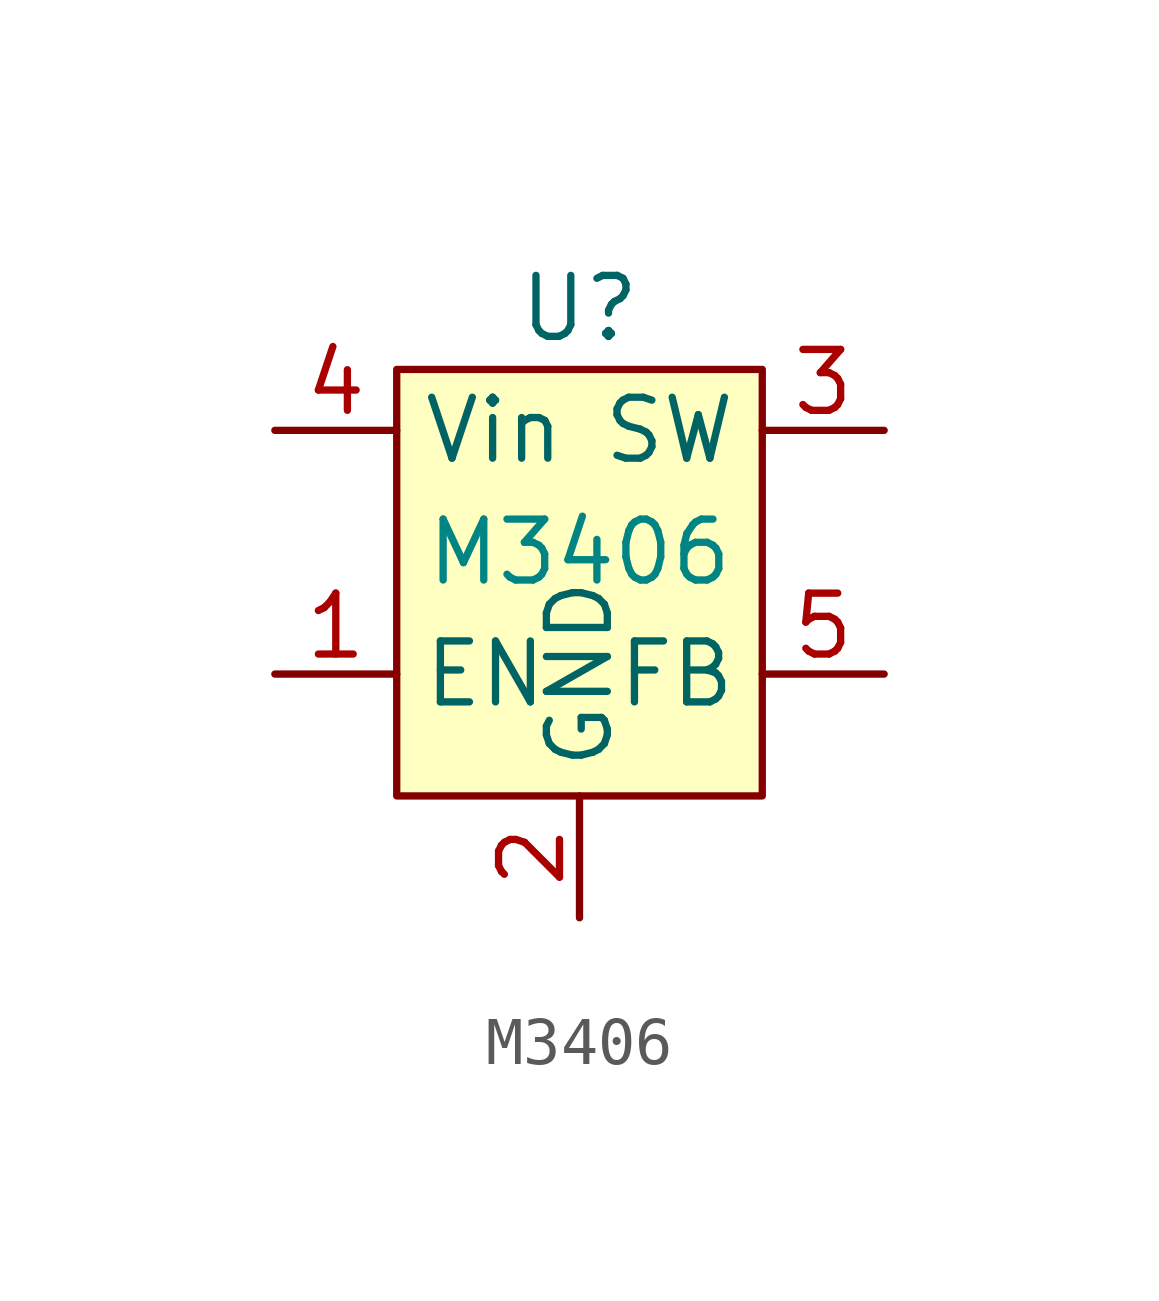
<source format=kicad_sym>
(kicad_symbol_lib
  (version 20220914)
  (generator kicad_symbol_editor)
  (symbol "M3406"
    (property "Reference" "U"
      (at 0 10.16 0)
      (effects (font (size 1.27 1.27))))
    (property "Value" ""
      (at 0 0 0)
      (effects (font (size 1.27 1.27))))
    (symbol "M3406_1_1"
      (rectangle (start -3.81 8.89) (end 3.81 0) (stroke (width 0) (type default)) (fill (type background)))
      (text "M3406" (at 0 5.08 0) (effects (font (face "KiCad Font") (size 1.27 1.27) (color 0 132 132 1))))
      (pin input line (at -6.35 2.54 0) (length 2.54) (name "EN" (effects (font (size 1.27 1.27)))) (number "1" (effects (font (size 1.27 1.27)))))
      (pin input line (at 0 -2.54 90) (length 2.54) (name "GND" (effects (font (size 1.27 1.27)))) (number "2" (effects (font (size 1.27 1.27)))))
      (pin output line (at 6.35 7.62 180) (length 2.54) (name "SW" (effects (font (size 1.27 1.27)))) (number "3" (effects (font (size 1.27 1.27)))))
      (pin input line (at -6.35 7.62 0) (length 2.54) (name "Vin" (effects (font (size 1.27 1.27)))) (number "4" (effects (font (size 1.27 1.27)))))
      (pin input line (at 6.35 2.54 180) (length 2.54) (name "FB" (effects (font (size 1.27 1.27)))) (number "5" (effects (font (size 1.27 1.27))))))))
</source>
